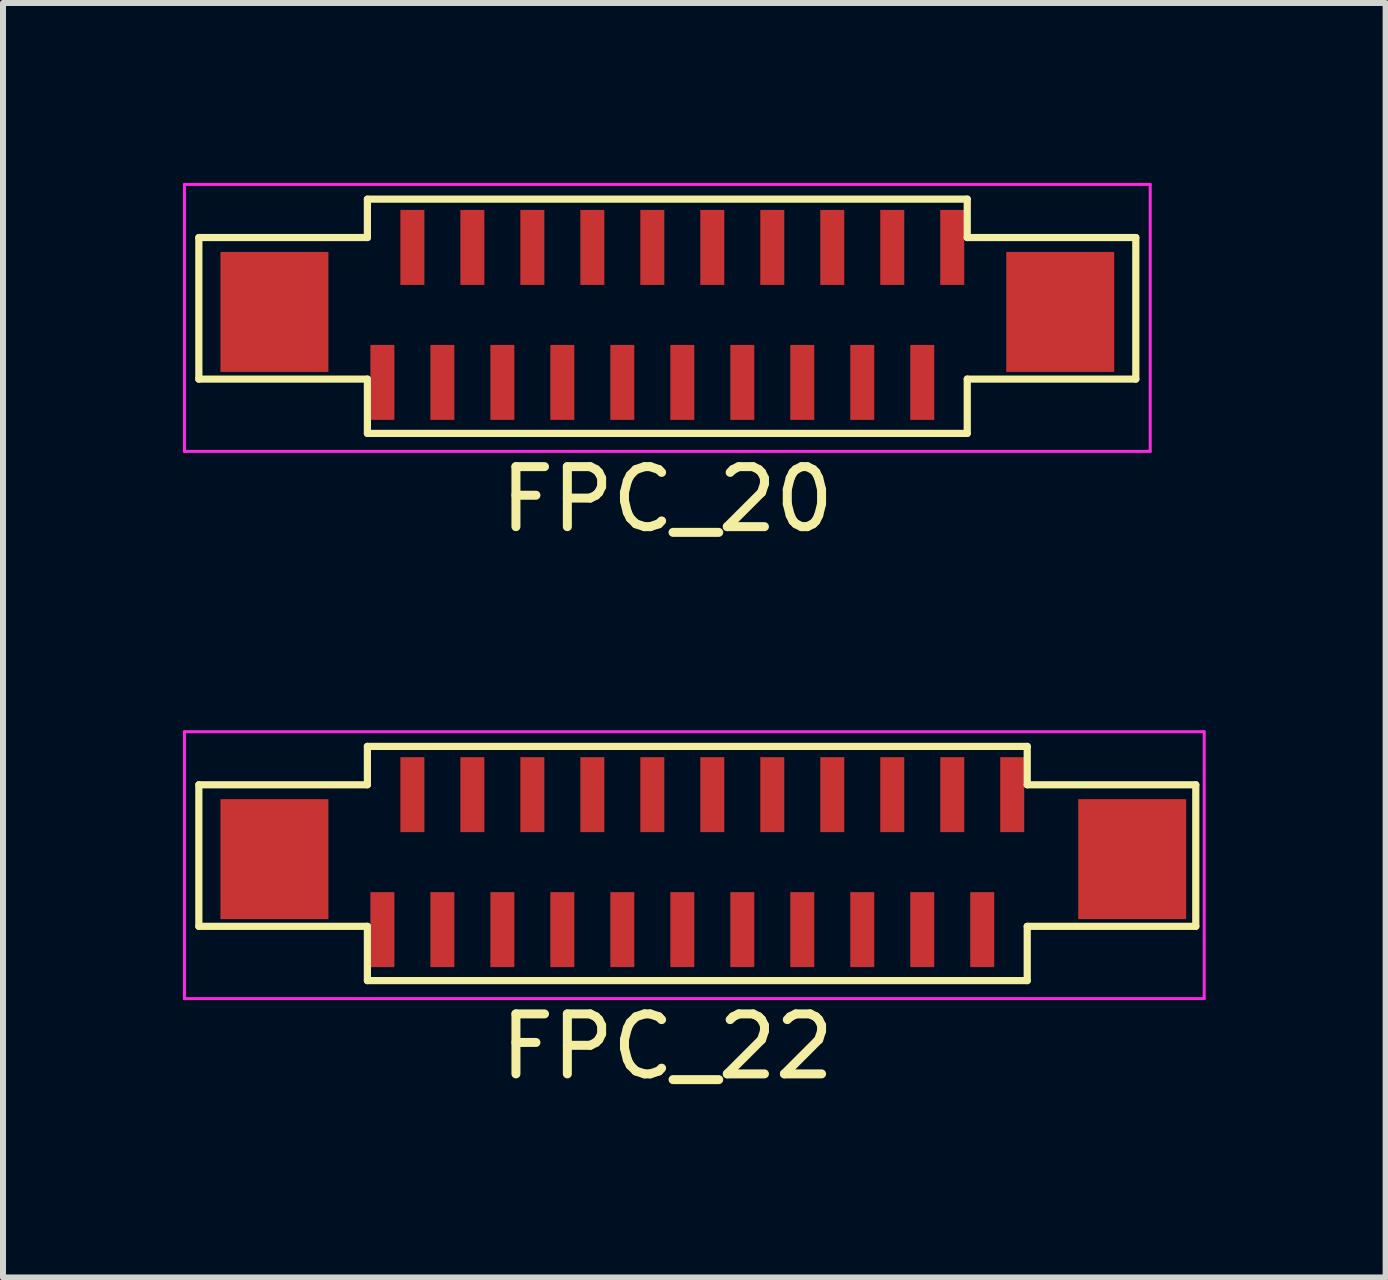
<source format=kicad_pcb>
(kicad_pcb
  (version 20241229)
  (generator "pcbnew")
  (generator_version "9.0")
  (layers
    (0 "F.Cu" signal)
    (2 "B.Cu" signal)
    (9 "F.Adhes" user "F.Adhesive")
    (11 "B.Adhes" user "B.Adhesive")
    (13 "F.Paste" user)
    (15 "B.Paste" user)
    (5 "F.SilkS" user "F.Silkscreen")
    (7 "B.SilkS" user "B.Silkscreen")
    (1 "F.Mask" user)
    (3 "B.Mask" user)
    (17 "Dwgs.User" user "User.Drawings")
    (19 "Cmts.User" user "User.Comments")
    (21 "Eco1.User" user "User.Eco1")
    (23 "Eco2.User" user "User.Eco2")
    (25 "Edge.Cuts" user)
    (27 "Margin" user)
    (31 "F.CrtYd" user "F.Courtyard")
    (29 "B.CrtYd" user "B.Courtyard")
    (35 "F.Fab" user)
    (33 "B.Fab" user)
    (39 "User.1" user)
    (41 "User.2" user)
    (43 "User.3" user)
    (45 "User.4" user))
  (footprint "FPC_22"
    (layer "F.Cu")
    (at 8.675 11.348)
    (property "Reference" "FPC_22" (at -0.6 3.05 0) (layer "F.SilkS") (effects (font (size 1 1) (thickness 0.15))))
    (attr smd)
    (fp_line (start -8.41 -1.315) (end -5.6 -1.315) (stroke (width 0.12) (type default)) (layer "F.SilkS"))
    (fp_line (start -8.41 1.045) (end -8.41 -1.315) (stroke (width 0.12) (type default)) (layer "F.SilkS"))
    (fp_line (start -5.6 -1.955) (end 5.4 -1.955) (stroke (width 0.12) (type default)) (layer "F.SilkS"))
    (fp_line (start -5.6 -1.315) (end -5.6 -1.955) (stroke (width 0.12) (type default)) (layer "F.SilkS"))
    (fp_line (start -5.6 1.045) (end -8.41 1.045) (stroke (width 0.12) (type default)) (layer "F.SilkS"))
    (fp_line (start -5.6 1.045) (end -5.6 1.95) (stroke (width 0.12) (type default)) (layer "F.SilkS"))
    (fp_line (start -5.6 1.95) (end 5.4 1.95) (stroke (width 0.12) (type default)) (layer "F.SilkS"))
    (fp_line (start 5.4 -1.315) (end 5.4 -1.955) (stroke (width 0.12) (type default)) (layer "F.SilkS"))
    (fp_line (start 5.4 1.045) (end 5.4 1.95) (stroke (width 0.12) (type default)) (layer "F.SilkS"))
    (fp_line (start 5.4 1.045) (end 8.21 1.045) (stroke (width 0.12) (type default)) (layer "F.SilkS"))
    (fp_line (start 8.21 -1.315) (end 5.4 -1.315) (stroke (width 0.12) (type default)) (layer "F.SilkS"))
    (fp_line (start 8.21 1.045) (end 8.21 -1.315) (stroke (width 0.12) (type default)) (layer "F.SilkS"))
    (fp_line (start -8.65 -2.2) (end -8.65 2.25) (stroke (width 0.05) (type default)) (layer "F.CrtYd"))
    (fp_line (start -8.65 -2.2) (end 8.35 -2.2) (stroke (width 0.05) (type default)) (layer "F.CrtYd"))
    (fp_line (start -8.65 2.25) (end 8.35 2.25) (stroke (width 0.05) (type default)) (layer "F.CrtYd"))
    (fp_line (start 8.35 -2.2) (end 8.35 2.25) (stroke (width 0.05) (type default)) (layer "F.CrtYd"))
    (pad "0" smd rect (at -7.15 -0.075) (size 1.8 2) (layers "F.Cu" "F.Mask" "F.Paste"))
    (pad "0" smd rect (at 7.15 -0.075) (size 1.8 2) (layers "F.Cu" "F.Mask" "F.Paste"))
    (pad "1" smd rect (at -5.35 1.1) (size 0.4 1.25) (layers "F.Cu" "F.Mask" "F.Paste"))
    (pad "2" smd rect (at -4.85 -1.15) (size 0.4 1.25) (layers "F.Cu" "F.Mask" "F.Paste"))
    (pad "3" smd rect (at -4.35 1.1) (size 0.4 1.25) (layers "F.Cu" "F.Mask" "F.Paste"))
    (pad "4" smd rect (at -3.85 -1.15) (size 0.4 1.25) (layers "F.Cu" "F.Mask" "F.Paste"))
    (pad "5" smd rect (at -3.35 1.1) (size 0.4 1.25) (layers "F.Cu" "F.Mask" "F.Paste"))
    (pad "6" smd rect (at -2.85 -1.15) (size 0.4 1.25) (layers "F.Cu" "F.Mask" "F.Paste"))
    (pad "7" smd rect (at -2.35 1.1) (size 0.4 1.25) (layers "F.Cu" "F.Mask" "F.Paste"))
    (pad "8" smd rect (at -1.85 -1.15) (size 0.4 1.25) (layers "F.Cu" "F.Mask" "F.Paste"))
    (pad "9" smd rect (at -1.35 1.1) (size 0.4 1.25) (layers "F.Cu" "F.Mask" "F.Paste"))
    (pad "10" smd rect (at -0.85 -1.15) (size 0.4 1.25) (layers "F.Cu" "F.Mask" "F.Paste"))
    (pad "11" smd rect (at -0.35 1.1) (size 0.4 1.25) (layers "F.Cu" "F.Mask" "F.Paste"))
    (pad "12" smd rect (at 0.15 -1.15) (size 0.4 1.25) (layers "F.Cu" "F.Mask" "F.Paste"))
    (pad "13" smd rect (at 0.65 1.1) (size 0.4 1.25) (layers "F.Cu" "F.Mask" "F.Paste"))
    (pad "14" smd rect (at 1.15 -1.15) (size 0.4 1.25) (layers "F.Cu" "F.Mask" "F.Paste"))
    (pad "15" smd rect (at 1.65 1.1) (size 0.4 1.25) (layers "F.Cu" "F.Mask" "F.Paste"))
    (pad "16" smd rect (at 2.15 -1.15) (size 0.4 1.25) (layers "F.Cu" "F.Mask" "F.Paste"))
    (pad "17" smd rect (at 2.65 1.1) (size 0.4 1.25) (layers "F.Cu" "F.Mask" "F.Paste"))
    (pad "18" smd rect (at 3.15 -1.15) (size 0.4 1.25) (layers "F.Cu" "F.Mask" "F.Paste"))
    (pad "19" smd rect (at 3.65 1.1) (size 0.4 1.25) (layers "F.Cu" "F.Mask" "F.Paste"))
    (pad "20" smd rect (at 4.15 -1.15) (size 0.4 1.25) (layers "F.Cu" "F.Mask" "F.Paste"))
    (pad "21" smd rect (at 4.65 1.1) (size 0.4 1.25) (layers "F.Cu" "F.Mask" "F.Paste"))
    (pad "22" smd rect (at 5.15 -1.15) (size 0.4 1.25) (layers "F.Cu" "F.Mask" "F.Paste")))
  (footprint "FPC_20"
    (layer "F.Cu")
    (at 8.075 2.225)
    (property "Reference" "FPC_20" (at 0 3.05 0) (layer "F.SilkS") (effects (font (size 1 1) (thickness 0.15))))
    (attr smd)
    (fp_line (start -7.81 -1.315) (end -5 -1.315) (stroke (width 0.12) (type default)) (layer "F.SilkS"))
    (fp_line (start -7.81 1.045) (end -7.81 -1.315) (stroke (width 0.12) (type default)) (layer "F.SilkS"))
    (fp_line (start -5 -1.955) (end 5 -1.955) (stroke (width 0.12) (type default)) (layer "F.SilkS"))
    (fp_line (start -5 -1.315) (end -5 -1.955) (stroke (width 0.12) (type default)) (layer "F.SilkS"))
    (fp_line (start -5 1.045) (end -7.81 1.045) (stroke (width 0.12) (type default)) (layer "F.SilkS"))
    (fp_line (start -5 1.045) (end -5 1.95) (stroke (width 0.12) (type default)) (layer "F.SilkS"))
    (fp_line (start -5 1.95) (end 5 1.95) (stroke (width 0.12) (type default)) (layer "F.SilkS"))
    (fp_line (start 5 -1.315) (end 5 -1.955) (stroke (width 0.12) (type default)) (layer "F.SilkS"))
    (fp_line (start 5 1.045) (end 5 1.95) (stroke (width 0.12) (type default)) (layer "F.SilkS"))
    (fp_line (start 5 1.045) (end 7.81 1.045) (stroke (width 0.12) (type default)) (layer "F.SilkS"))
    (fp_line (start 7.81 -1.315) (end 5 -1.315) (stroke (width 0.12) (type default)) (layer "F.SilkS"))
    (fp_line (start 7.81 1.045) (end 7.81 -1.315) (stroke (width 0.12) (type default)) (layer "F.SilkS"))
    (fp_line (start -8.05 -2.2) (end -8.05 2.25) (stroke (width 0.05) (type default)) (layer "F.CrtYd"))
    (fp_line (start -8.05 -2.2) (end 8.05 -2.2) (stroke (width 0.05) (type default)) (layer "F.CrtYd"))
    (fp_line (start -8.05 2.25) (end 8.05 2.25) (stroke (width 0.05) (type default)) (layer "F.CrtYd"))
    (fp_line (start 8.05 -2.2) (end 8.05 2.25) (stroke (width 0.05) (type default)) (layer "F.CrtYd"))
    (pad "0" smd rect (at -6.55 -0.075) (size 1.8 2) (layers "F.Cu" "F.Mask" "F.Paste"))
    (pad "0" smd rect (at 6.55 -0.075) (size 1.8 2) (layers "F.Cu" "F.Mask" "F.Paste"))
    (pad "1" smd rect (at -4.75 1.1) (size 0.4 1.25) (layers "F.Cu" "F.Mask" "F.Paste"))
    (pad "2" smd rect (at -4.25 -1.15) (size 0.4 1.25) (layers "F.Cu" "F.Mask" "F.Paste"))
    (pad "3" smd rect (at -3.75 1.1) (size 0.4 1.25) (layers "F.Cu" "F.Mask" "F.Paste"))
    (pad "4" smd rect (at -3.25 -1.15) (size 0.4 1.25) (layers "F.Cu" "F.Mask" "F.Paste"))
    (pad "5" smd rect (at -2.75 1.1) (size 0.4 1.25) (layers "F.Cu" "F.Mask" "F.Paste"))
    (pad "6" smd rect (at -2.25 -1.15) (size 0.4 1.25) (layers "F.Cu" "F.Mask" "F.Paste"))
    (pad "7" smd rect (at -1.75 1.1) (size 0.4 1.25) (layers "F.Cu" "F.Mask" "F.Paste"))
    (pad "8" smd rect (at -1.25 -1.15) (size 0.4 1.25) (layers "F.Cu" "F.Mask" "F.Paste"))
    (pad "9" smd rect (at -0.75 1.1) (size 0.4 1.25) (layers "F.Cu" "F.Mask" "F.Paste"))
    (pad "10" smd rect (at -0.25 -1.15) (size 0.4 1.25) (layers "F.Cu" "F.Mask" "F.Paste"))
    (pad "11" smd rect (at 0.25 1.1) (size 0.4 1.25) (layers "F.Cu" "F.Mask" "F.Paste"))
    (pad "12" smd rect (at 0.75 -1.15) (size 0.4 1.25) (layers "F.Cu" "F.Mask" "F.Paste"))
    (pad "13" smd rect (at 1.25 1.1) (size 0.4 1.25) (layers "F.Cu" "F.Mask" "F.Paste"))
    (pad "14" smd rect (at 1.75 -1.15) (size 0.4 1.25) (layers "F.Cu" "F.Mask" "F.Paste"))
    (pad "15" smd rect (at 2.25 1.1) (size 0.4 1.25) (layers "F.Cu" "F.Mask" "F.Paste"))
    (pad "16" smd rect (at 2.75 -1.15) (size 0.4 1.25) (layers "F.Cu" "F.Mask" "F.Paste"))
    (pad "17" smd rect (at 3.25 1.1) (size 0.4 1.25) (layers "F.Cu" "F.Mask" "F.Paste"))
    (pad "18" smd rect (at 3.75 -1.15) (size 0.4 1.25) (layers "F.Cu" "F.Mask" "F.Paste"))
    (pad "19" smd rect (at 4.25 1.1) (size 0.4 1.25) (layers "F.Cu" "F.Mask" "F.Paste"))
    (pad "20" smd rect (at 4.75 -1.15) (size 0.4 1.25) (layers "F.Cu" "F.Mask" "F.Paste")))
  (gr_rect
    (start -3 -3)
    (end 20.05 18.247)
    (stroke (width 0.1) (type default))
    (fill no)
    (layer "Edge.Cuts")))
</source>
